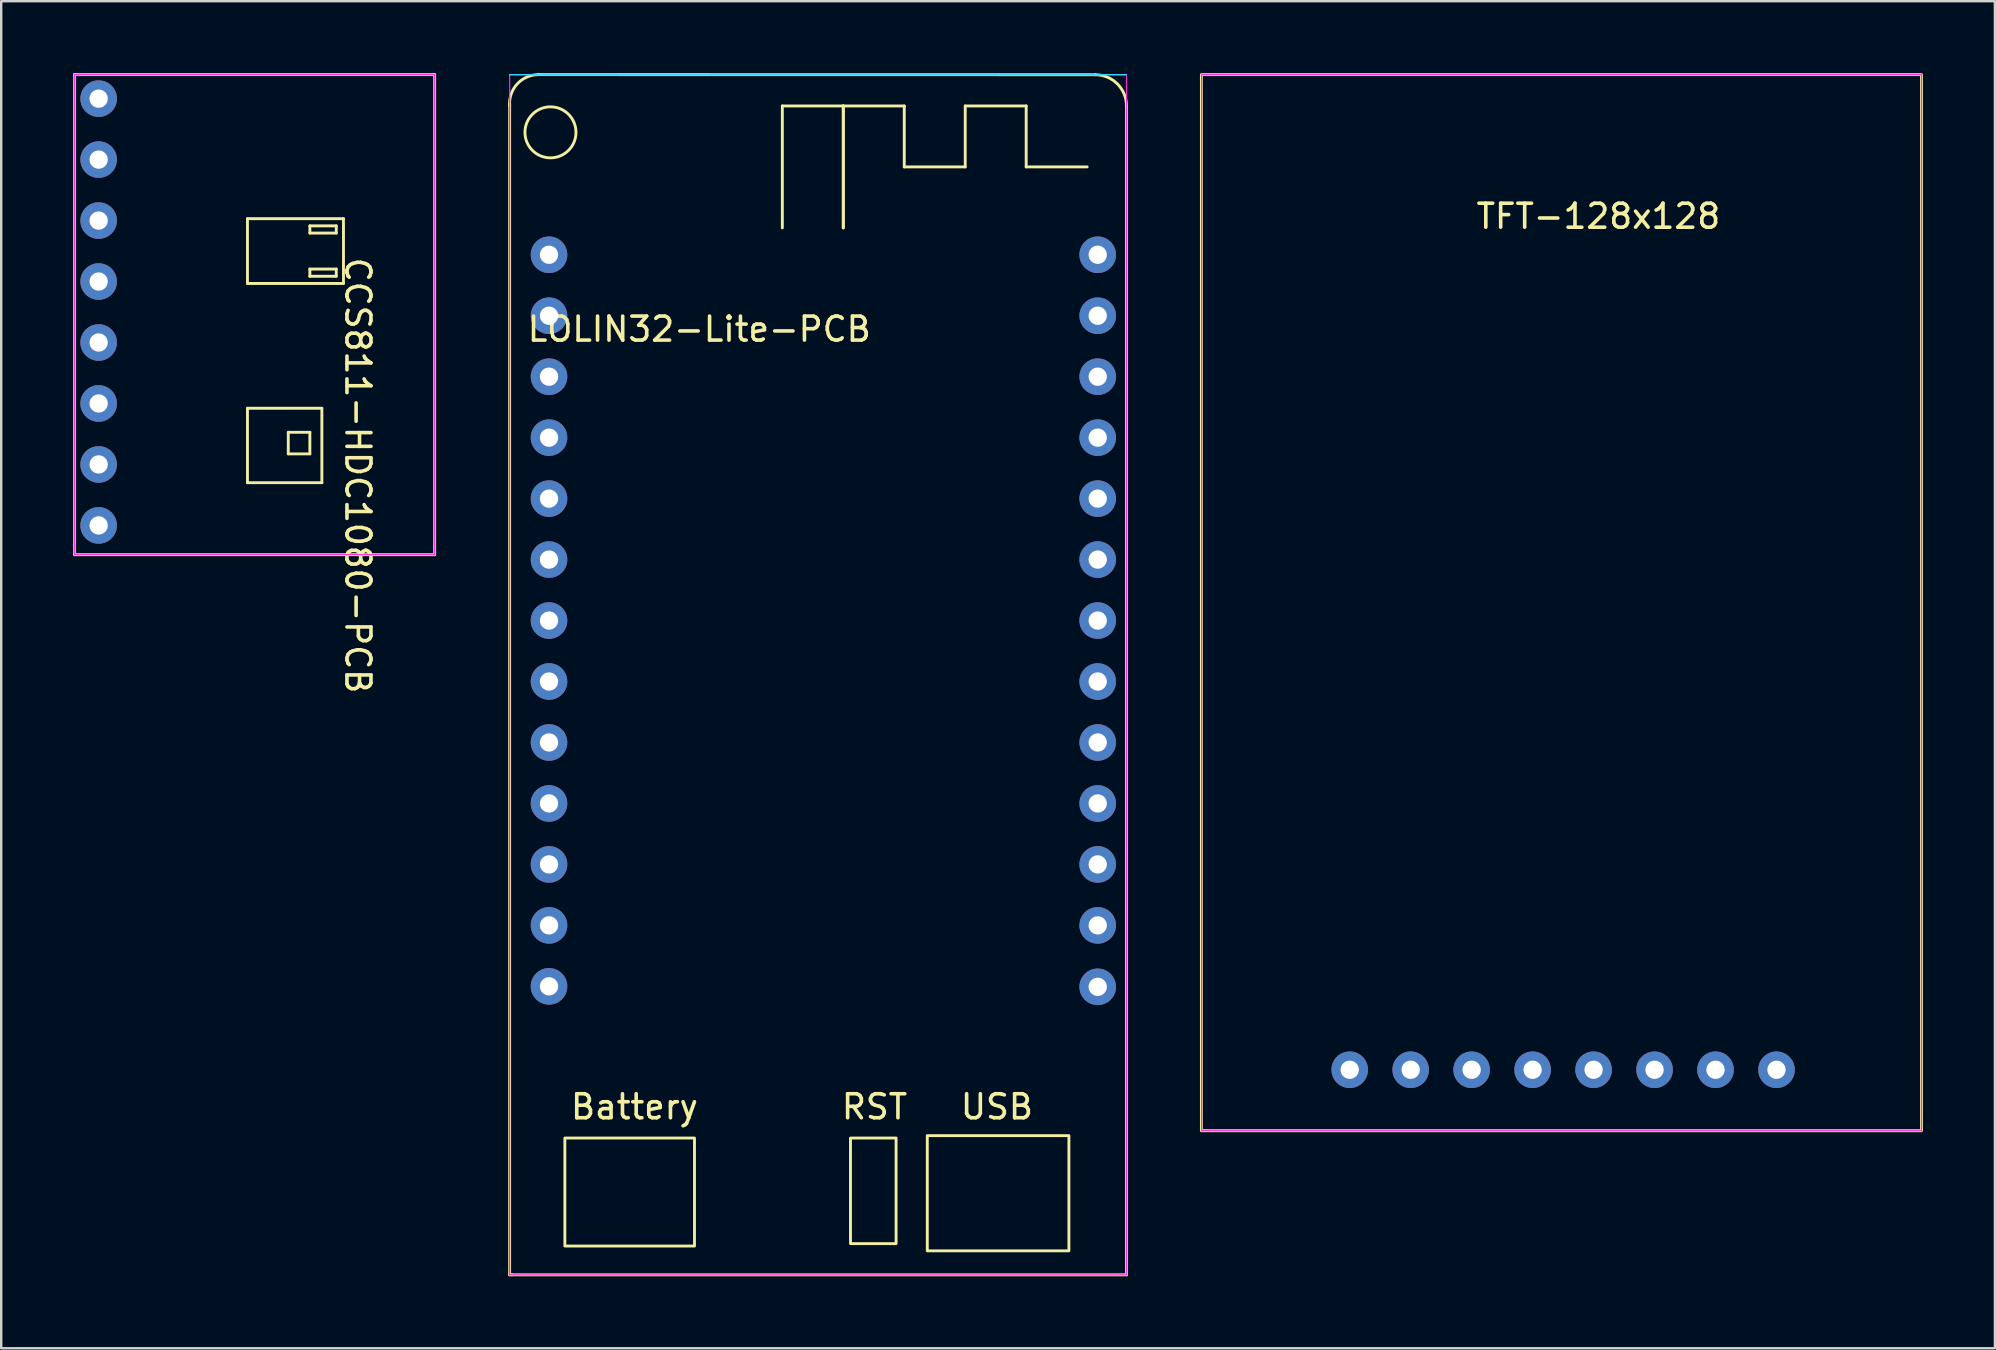
<source format=kicad_pcb>
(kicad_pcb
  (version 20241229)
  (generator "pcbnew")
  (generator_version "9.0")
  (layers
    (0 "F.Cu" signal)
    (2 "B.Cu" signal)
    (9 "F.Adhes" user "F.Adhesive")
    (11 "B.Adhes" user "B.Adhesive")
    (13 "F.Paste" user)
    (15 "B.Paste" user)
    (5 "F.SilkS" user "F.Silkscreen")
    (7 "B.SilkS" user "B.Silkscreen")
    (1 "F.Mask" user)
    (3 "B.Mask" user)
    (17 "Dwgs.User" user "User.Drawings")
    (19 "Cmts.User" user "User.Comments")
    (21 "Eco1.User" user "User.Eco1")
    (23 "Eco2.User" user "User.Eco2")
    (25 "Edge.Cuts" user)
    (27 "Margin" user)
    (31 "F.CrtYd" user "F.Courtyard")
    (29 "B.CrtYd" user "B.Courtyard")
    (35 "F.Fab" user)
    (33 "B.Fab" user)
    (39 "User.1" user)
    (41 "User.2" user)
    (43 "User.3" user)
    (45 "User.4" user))
  (footprint "LOLIN32-Lite-PCB"
    (layer "F.Cu")
    (at 19.384 1.364)
    (property "Reference" "LOLIN32-Lite-PCB" (at 6.7 9.3 0) (unlocked yes) (layer "F.SilkS") (effects (font (size 1 1) (thickness 0.15))))
    (attr through_hole)
    (fp_line (start -1.2 -0.1) (end -1.2 48.7) (stroke (width 0.12) (type solid)) (layer "F.SilkS"))
    (fp_line (start -1.2 48.7) (end -1.1 48.7) (stroke (width 0.12) (type solid)) (layer "F.SilkS"))
    (fp_line (start 0 -1.304) (end 23.2 -1.3) (stroke (width 0.12) (type solid)) (layer "F.SilkS"))
    (fp_line (start 10.16 0) (end 12.7 0) (stroke (width 0.12) (type solid)) (layer "F.SilkS"))
    (fp_line (start 10.16 5.08) (end 10.16 0) (stroke (width 0.12) (type solid)) (layer "F.SilkS"))
    (fp_line (start 12.7 0) (end 12.7 5.08) (stroke (width 0.12) (type solid)) (layer "F.SilkS"))
    (fp_line (start 12.7 0) (end 15.24 0) (stroke (width 0.12) (type solid)) (layer "F.SilkS"))
    (fp_line (start 12.7 5.08) (end 12.7 0) (stroke (width 0.12) (type solid)) (layer "F.SilkS"))
    (fp_line (start 15.24 0) (end 15.24 2.54) (stroke (width 0.12) (type solid)) (layer "F.SilkS"))
    (fp_line (start 15.24 2.54) (end 17.78 2.54) (stroke (width 0.12) (type solid)) (layer "F.SilkS"))
    (fp_line (start 17.78 0) (end 20.32 0) (stroke (width 0.12) (type solid)) (layer "F.SilkS"))
    (fp_line (start 17.78 2.54) (end 17.78 0) (stroke (width 0.12) (type solid)) (layer "F.SilkS"))
    (fp_line (start 20.32 0) (end 20.32 2.54) (stroke (width 0.12) (type solid)) (layer "F.SilkS"))
    (fp_line (start 20.32 2.54) (end 22.86 2.54) (stroke (width 0.12) (type solid)) (layer "F.SilkS"))
    (fp_line (start 24.5 0) (end 24.5 48.7) (stroke (width 0.12) (type solid)) (layer "F.SilkS"))
    (fp_line (start 24.5 48.7) (end -1.1 48.7) (stroke (width 0.12) (type solid)) (layer "F.SilkS"))
    (fp_rect (start 1.1 43) (end 6.5 47.5) (stroke (width 0.12) (type solid)) (fill no) (layer "F.SilkS"))
    (fp_rect (start 14.9 43) (end 13 47.4) (stroke (width 0.12) (type solid)) (fill no) (layer "F.SilkS"))
    (fp_rect (start 16.2 42.9) (end 22.1 47.7) (stroke (width 0.12) (type solid)) (fill no) (layer "F.SilkS"))
    (fp_arc (start -1.2 0) (mid -0.88612 -0.915348) (end 0 -1.304159) (stroke (width 0.12) (type solid)) (layer "F.SilkS"))
    (fp_arc (start 23.2 -1.3) (mid 24.119239 -0.919239) (end 24.5 0) (stroke (width 0.12) (type solid)) (layer "F.SilkS"))
    (fp_circle (center 0.5 1.1) (end 1.2 1.9) (stroke (width 0.12) (type solid)) (fill no) (layer "F.SilkS"))
    (fp_line (start -1.2 -1.3) (end 24.5 -1.3) (stroke (width 0.05) (type solid)) (layer "B.CrtYd"))
    (fp_line (start -1.2 -1.3) (end 24.5 -1.3) (stroke (width 0.05) (type solid)) (layer "F.CrtYd"))
    (fp_line (start -1.2 48.7) (end -1.2 -1.3) (stroke (width 0.05) (type solid)) (layer "F.CrtYd"))
    (fp_line (start 24.5 -1.3) (end 24.5 48.7) (stroke (width 0.05) (type solid)) (layer "F.CrtYd"))
    (fp_line (start 24.5 48.7) (end -1.2 48.7) (stroke (width 0.05) (type solid)) (layer "F.CrtYd"))
    (fp_text user "USB" (at 19.1 41.7 0) (unlocked yes) (layer "F.SilkS") (effects (font (size 1 1) (thickness 0.15))))
    (fp_text user "Battery" (at 4 41.7 0) (unlocked yes) (layer "F.SilkS") (effects (font (size 1 1) (thickness 0.15))))
    (fp_text user "RST" (at 14 41.7 0) (unlocked yes) (layer "F.SilkS") (effects (font (size 1 1) (thickness 0.15))))
    (pad "1" thru_hole circle (at 0.44 6.2) (size 1.524 1.524) (drill 0.762) (layers "*.Cu" "*.Mask"))
    (pad "2" thru_hole circle (at 0.44 8.74) (size 1.524 1.524) (drill 0.762) (layers "*.Cu" "*.Mask"))
    (pad "3" thru_hole circle (at 0.44 11.28) (size 1.524 1.524) (drill 0.762) (layers "*.Cu" "*.Mask"))
    (pad "4" thru_hole circle (at 0.44 13.82) (size 1.524 1.524) (drill 0.762) (layers "*.Cu" "*.Mask"))
    (pad "5" thru_hole circle (at 0.44 16.36) (size 1.524 1.524) (drill 0.762) (layers "*.Cu" "*.Mask"))
    (pad "6" thru_hole circle (at 0.44 18.9) (size 1.524 1.524) (drill 0.762) (layers "*.Cu" "*.Mask"))
    (pad "7" thru_hole circle (at 0.44 21.44) (size 1.524 1.524) (drill 0.762) (layers "*.Cu" "*.Mask"))
    (pad "8" thru_hole circle (at 0.44 23.98) (size 1.524 1.524) (drill 0.762) (layers "*.Cu" "*.Mask"))
    (pad "9" thru_hole circle (at 0.44 26.52) (size 1.524 1.524) (drill 0.762) (layers "*.Cu" "*.Mask"))
    (pad "10" thru_hole circle (at 0.44 29.06) (size 1.524 1.524) (drill 0.762) (layers "*.Cu" "*.Mask"))
    (pad "11" thru_hole circle (at 0.44 31.6) (size 1.524 1.524) (drill 0.762) (layers "*.Cu" "*.Mask"))
    (pad "12" thru_hole circle (at 0.44 34.14) (size 1.524 1.524) (drill 0.762) (layers "*.Cu" "*.Mask"))
    (pad "13" thru_hole circle (at 0.44 36.68) (size 1.524 1.524) (drill 0.762) (layers "*.Cu" "*.Mask"))
    (pad "14" thru_hole circle (at 23.3 36.7) (size 1.524 1.524) (drill 0.762) (layers "*.Cu" "*.Mask"))
    (pad "15" thru_hole circle (at 23.3 34.14) (size 1.524 1.524) (drill 0.762) (layers "*.Cu" "*.Mask"))
    (pad "16" thru_hole circle (at 23.3 31.6) (size 1.524 1.524) (drill 0.762) (layers "*.Cu" "*.Mask"))
    (pad "17" thru_hole circle (at 23.3 29.06) (size 1.524 1.524) (drill 0.762) (layers "*.Cu" "*.Mask"))
    (pad "18" thru_hole circle (at 23.3 26.52) (size 1.524 1.524) (drill 0.762) (layers "*.Cu" "*.Mask"))
    (pad "19" thru_hole circle (at 23.3 23.98) (size 1.524 1.524) (drill 0.762) (layers "*.Cu" "*.Mask"))
    (pad "20" thru_hole circle (at 23.3 21.44) (size 1.524 1.524) (drill 0.762) (layers "*.Cu" "*.Mask"))
    (pad "21" thru_hole circle (at 23.3 18.9) (size 1.524 1.524) (drill 0.762) (layers "*.Cu" "*.Mask"))
    (pad "22" thru_hole circle (at 23.3 16.36) (size 1.524 1.524) (drill 0.762) (layers "*.Cu" "*.Mask"))
    (pad "23" thru_hole circle (at 23.3 13.82) (size 1.524 1.524) (drill 0.762) (layers "*.Cu" "*.Mask"))
    (pad "24" thru_hole circle (at 23.3 11.28) (size 1.524 1.524) (drill 0.762) (layers "*.Cu" "*.Mask"))
    (pad "25" thru_hole circle (at 23.3 8.74) (size 1.524 1.524) (drill 0.762) (layers "*.Cu" "*.Mask"))
    (pad "26" thru_hole circle (at 23.3 6.2) (size 1.524 1.524) (drill 0.762) (layers "*.Cu" "*.Mask")))
  (footprint "TFT-128x128"
    (layer "F.Cu")
    (at 61.004 28.82)
    (property "Reference" "TFT-128x128" (at 2.54 -22.86 0) (unlocked yes) (layer "F.SilkS") (effects (font (size 1 1) (thickness 0.15))))
    (attr through_hole)
    (fp_rect (start -14 -28.76) (end 16 15.24) (stroke (width 0.12) (type solid)) (fill no) (layer "F.SilkS"))
    (fp_line (start -13.99 -28.76) (end 16 -28.76) (stroke (width 0.05) (type solid)) (layer "F.CrtYd"))
    (fp_line (start -13.99 15.24) (end -13.99 -28.76) (stroke (width 0.05) (type solid)) (layer "F.CrtYd"))
    (fp_line (start 16 -28.76) (end 16 15.24) (stroke (width 0.05) (type solid)) (layer "F.CrtYd"))
    (fp_line (start 16 15.24) (end -13.99 15.24) (stroke (width 0.05) (type solid)) (layer "F.CrtYd"))
    (pad "1" thru_hole circle (at -7.82 12.7) (size 1.524 1.524) (drill 0.762) (layers "*.Cu" "*.Mask"))
    (pad "2" thru_hole circle (at -5.28 12.7) (size 1.524 1.524) (drill 0.762) (layers "*.Cu" "*.Mask"))
    (pad "3" thru_hole circle (at -2.74 12.7) (size 1.524 1.524) (drill 0.762) (layers "*.Cu" "*.Mask"))
    (pad "4" thru_hole circle (at -0.2 12.7) (size 1.524 1.524) (drill 0.762) (layers "*.Cu" "*.Mask"))
    (pad "5" thru_hole circle (at 2.34 12.7) (size 1.524 1.524) (drill 0.762) (layers "*.Cu" "*.Mask"))
    (pad "6" thru_hole circle (at 4.88 12.7) (size 1.524 1.524) (drill 0.762) (layers "*.Cu" "*.Mask"))
    (pad "7" thru_hole circle (at 7.42 12.7) (size 1.524 1.524) (drill 0.762) (layers "*.Cu" "*.Mask"))
    (pad "8" thru_hole circle (at 9.96 12.7) (size 1.524 1.524) (drill 0.762) (layers "*.Cu" "*.Mask")))
  (footprint "CCS811-HDC1080-PCB"
    (layer "F.Cu")
    (at 1.06 1.06)
    (property "Reference" "CCS811-HDC1080-PCB" (at 10.8 15.7 270) (unlocked yes) (layer "F.SilkS") (effects (font (size 1 1) (thickness 0.15))))
    (attr through_hole)
    (fp_line (start -1 -1) (end -1 19) (stroke (width 0.12) (type solid)) (layer "F.SilkS"))
    (fp_line (start -1 19) (end 14 19) (stroke (width 0.12) (type solid)) (layer "F.SilkS"))
    (fp_line (start 6.2 5) (end 10.2 5) (stroke (width 0.12) (type solid)) (layer "F.SilkS"))
    (fp_line (start 6.2 7.7) (end 6.2 5) (stroke (width 0.12) (type solid)) (layer "F.SilkS"))
    (fp_line (start 6.2 12.9) (end 9.3 12.9) (stroke (width 0.12) (type solid)) (layer "F.SilkS"))
    (fp_line (start 6.2 16) (end 6.2 12.9) (stroke (width 0.12) (type solid)) (layer "F.SilkS"))
    (fp_line (start 7.9 13.9) (end 8.8 13.9) (stroke (width 0.12) (type solid)) (layer "F.SilkS"))
    (fp_line (start 7.9 14.8) (end 7.9 13.9) (stroke (width 0.12) (type solid)) (layer "F.SilkS"))
    (fp_line (start 8.8 5.3) (end 8.8 5.6) (stroke (width 0.12) (type solid)) (layer "F.SilkS"))
    (fp_line (start 8.8 5.6) (end 9.9 5.6) (stroke (width 0.12) (type solid)) (layer "F.SilkS"))
    (fp_line (start 8.8 7.1) (end 8.8 7.4) (stroke (width 0.12) (type solid)) (layer "F.SilkS"))
    (fp_line (start 8.8 7.4) (end 9.9 7.4) (stroke (width 0.12) (type solid)) (layer "F.SilkS"))
    (fp_line (start 8.8 13.9) (end 8.8 14.8) (stroke (width 0.12) (type solid)) (layer "F.SilkS"))
    (fp_line (start 8.8 14.8) (end 7.9 14.8) (stroke (width 0.12) (type solid)) (layer "F.SilkS"))
    (fp_line (start 9.3 12.9) (end 9.3 16) (stroke (width 0.12) (type solid)) (layer "F.SilkS"))
    (fp_line (start 9.3 16) (end 6.2 16) (stroke (width 0.12) (type solid)) (layer "F.SilkS"))
    (fp_line (start 9.9 5.3) (end 8.8 5.3) (stroke (width 0.12) (type solid)) (layer "F.SilkS"))
    (fp_line (start 9.9 5.6) (end 9.9 5.3) (stroke (width 0.12) (type solid)) (layer "F.SilkS"))
    (fp_line (start 9.9 7.1) (end 8.8 7.1) (stroke (width 0.12) (type solid)) (layer "F.SilkS"))
    (fp_line (start 9.9 7.4) (end 9.9 7.1) (stroke (width 0.12) (type solid)) (layer "F.SilkS"))
    (fp_line (start 10.2 5) (end 10.2 7.7) (stroke (width 0.12) (type solid)) (layer "F.SilkS"))
    (fp_line (start 10.2 7.7) (end 6.2 7.7) (stroke (width 0.12) (type solid)) (layer "F.SilkS"))
    (fp_line (start 14 -1) (end -1 -1) (stroke (width 0.12) (type solid)) (layer "F.SilkS"))
    (fp_line (start 14 19) (end 14 -1) (stroke (width 0.12) (type solid)) (layer "F.SilkS"))
    (fp_line (start -1 -1) (end 14 -1) (stroke (width 0.05) (type solid)) (layer "F.CrtYd"))
    (fp_line (start -1 19) (end -1 -1) (stroke (width 0.05) (type solid)) (layer "F.CrtYd"))
    (fp_line (start 14 -1) (end 14 19) (stroke (width 0.05) (type solid)) (layer "F.CrtYd"))
    (fp_line (start 14 19) (end -1 19) (stroke (width 0.05) (type solid)) (layer "F.CrtYd"))
    (pad "1" thru_hole circle (at 0 0) (size 1.524 1.524) (drill 0.762) (layers "*.Cu" "*.Mask"))
    (pad "2" thru_hole circle (at 0 2.54) (size 1.524 1.524) (drill 0.762) (layers "*.Cu" "*.Mask"))
    (pad "3" thru_hole circle (at 0 5.08) (size 1.524 1.524) (drill 0.762) (layers "*.Cu" "*.Mask"))
    (pad "4" thru_hole circle (at 0 7.62) (size 1.524 1.524) (drill 0.762) (layers "*.Cu" "*.Mask"))
    (pad "5" thru_hole circle (at 0 10.16) (size 1.524 1.524) (drill 0.762) (layers "*.Cu" "*.Mask"))
    (pad "6" thru_hole circle (at 0 12.7) (size 1.524 1.524) (drill 0.762) (layers "*.Cu" "*.Mask"))
    (pad "7" thru_hole circle (at 0 15.24) (size 1.524 1.524) (drill 0.762) (layers "*.Cu" "*.Mask"))
    (pad "8" thru_hole circle (at 0 17.78) (size 1.524 1.524) (drill 0.762) (layers "*.Cu" "*.Mask")))
  (gr_rect
    (start -3 -3)
    (end 80.064 53.124)
    (stroke (width 0.1) (type default))
    (fill no)
    (layer "Edge.Cuts")))
</source>
